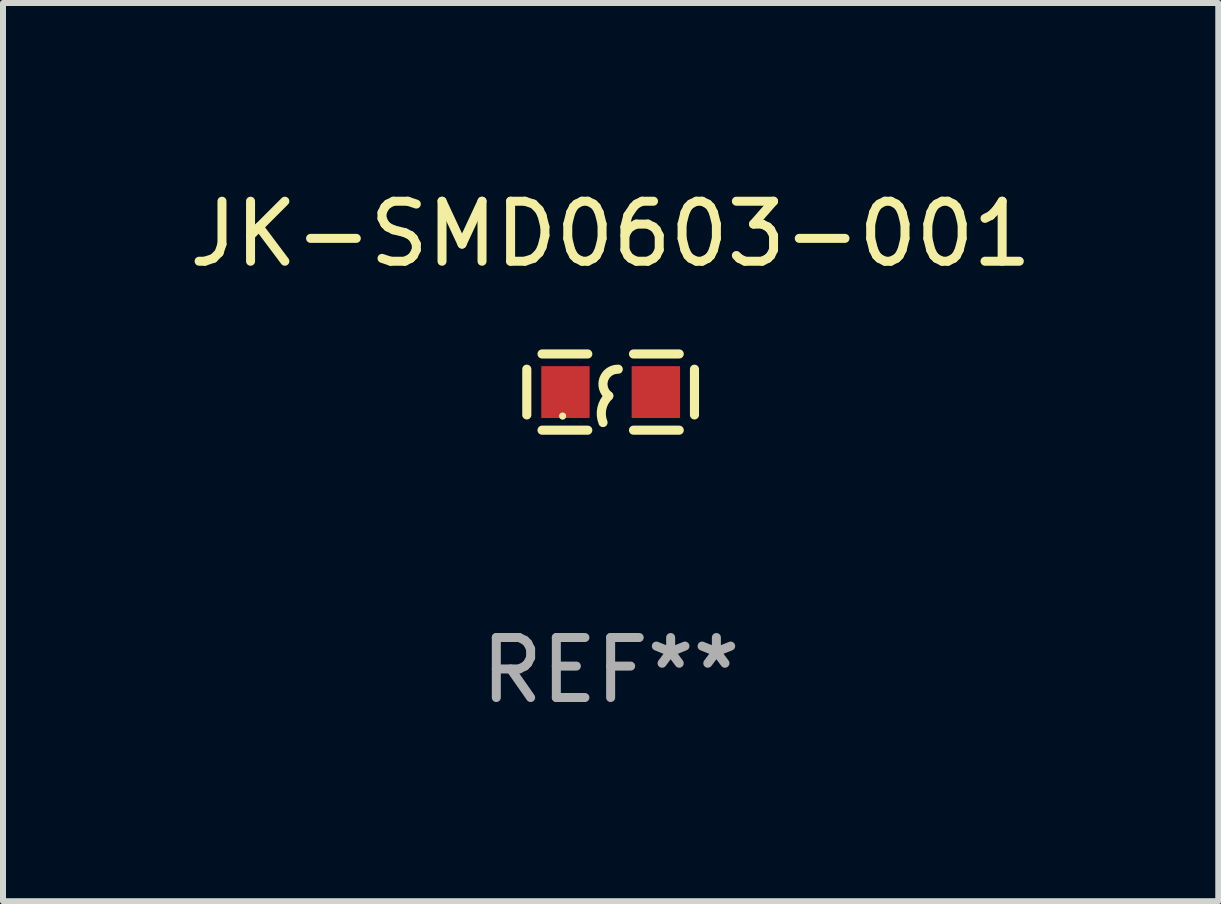
<source format=kicad_pcb>
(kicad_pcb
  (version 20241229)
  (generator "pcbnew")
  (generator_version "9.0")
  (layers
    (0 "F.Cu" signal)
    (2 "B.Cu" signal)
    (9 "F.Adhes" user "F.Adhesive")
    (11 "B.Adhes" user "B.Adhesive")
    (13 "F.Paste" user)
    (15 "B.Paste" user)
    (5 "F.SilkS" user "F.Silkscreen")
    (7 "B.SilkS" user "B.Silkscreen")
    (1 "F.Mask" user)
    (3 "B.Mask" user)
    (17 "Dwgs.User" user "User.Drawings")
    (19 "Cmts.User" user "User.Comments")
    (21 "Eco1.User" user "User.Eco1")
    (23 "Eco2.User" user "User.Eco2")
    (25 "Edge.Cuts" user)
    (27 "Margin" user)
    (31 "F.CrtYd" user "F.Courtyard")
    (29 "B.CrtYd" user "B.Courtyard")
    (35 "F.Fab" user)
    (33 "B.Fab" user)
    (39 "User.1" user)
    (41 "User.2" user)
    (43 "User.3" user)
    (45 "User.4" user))
  (footprint "JK-SMD0603-001"
    (layer "F.Cu")
    (at 7.125 3.483)
    (property "Reference" "JK-SMD0603-001" (at 0 -2.635 0) (layer "F.SilkS") (effects (font (size 1 1) (thickness 0.15))))
    (attr through_hole)
    (fp_line (start -1.397 -0.381) (end -1.397 0.381) (stroke (width 0.152) (type solid)) (layer "F.SilkS"))
    (fp_line (start -0.381 -0.635) (end -1.143 -0.635) (stroke (width 0.152) (type solid)) (layer "F.SilkS"))
    (fp_line (start -0.381 0.635) (end -1.143 0.635) (stroke (width 0.152) (type solid)) (layer "F.SilkS"))
    (fp_line (start 0.381 -0.635) (end 1.143 -0.635) (stroke (width 0.152) (type solid)) (layer "F.SilkS"))
    (fp_line (start 0.381 0.635) (end 1.143 0.635) (stroke (width 0.152) (type solid)) (layer "F.SilkS"))
    (fp_line (start 1.397 -0.381) (end 1.397 0.381) (stroke (width 0.152) (type solid)) (layer "F.SilkS"))
    (fp_arc (start -0.127 0.508001) (mid -0.146523 0.271131) (end -0.030861 0.0635) (stroke (width 0.151994) (type solid)) (layer "F.SilkS"))
    (fp_arc (start -0.03175 0.0635) (mid -0.113571 -0.216321) (end 0.127001 -0.381002) (stroke (width 0.151994) (type solid)) (layer "F.SilkS"))
    (fp_circle (center -0.8 0.4) (end -0.77 0.4) (stroke (width 0.06) (type solid)) (fill no) (layer "F.SilkS"))
    (fp_text user "REF**" (at 0 4.635 0) (layer "F.Fab") (effects (font (size 1 1) (thickness 0.15))))
    (pad "1" smd rect (at -0.753 0) (size 0.806 0.864) (layers "F.Cu" "F.Mask" "F.Paste"))
    (pad "2" smd rect (at 0.753 0) (size 0.806 0.864) (layers "F.Cu" "F.Mask" "F.Paste")))
  (gr_rect
    (start -3 -3)
    (end 17.25 11.967)
    (stroke (width 0.1) (type default))
    (fill no)
    (layer "Edge.Cuts")))
</source>
